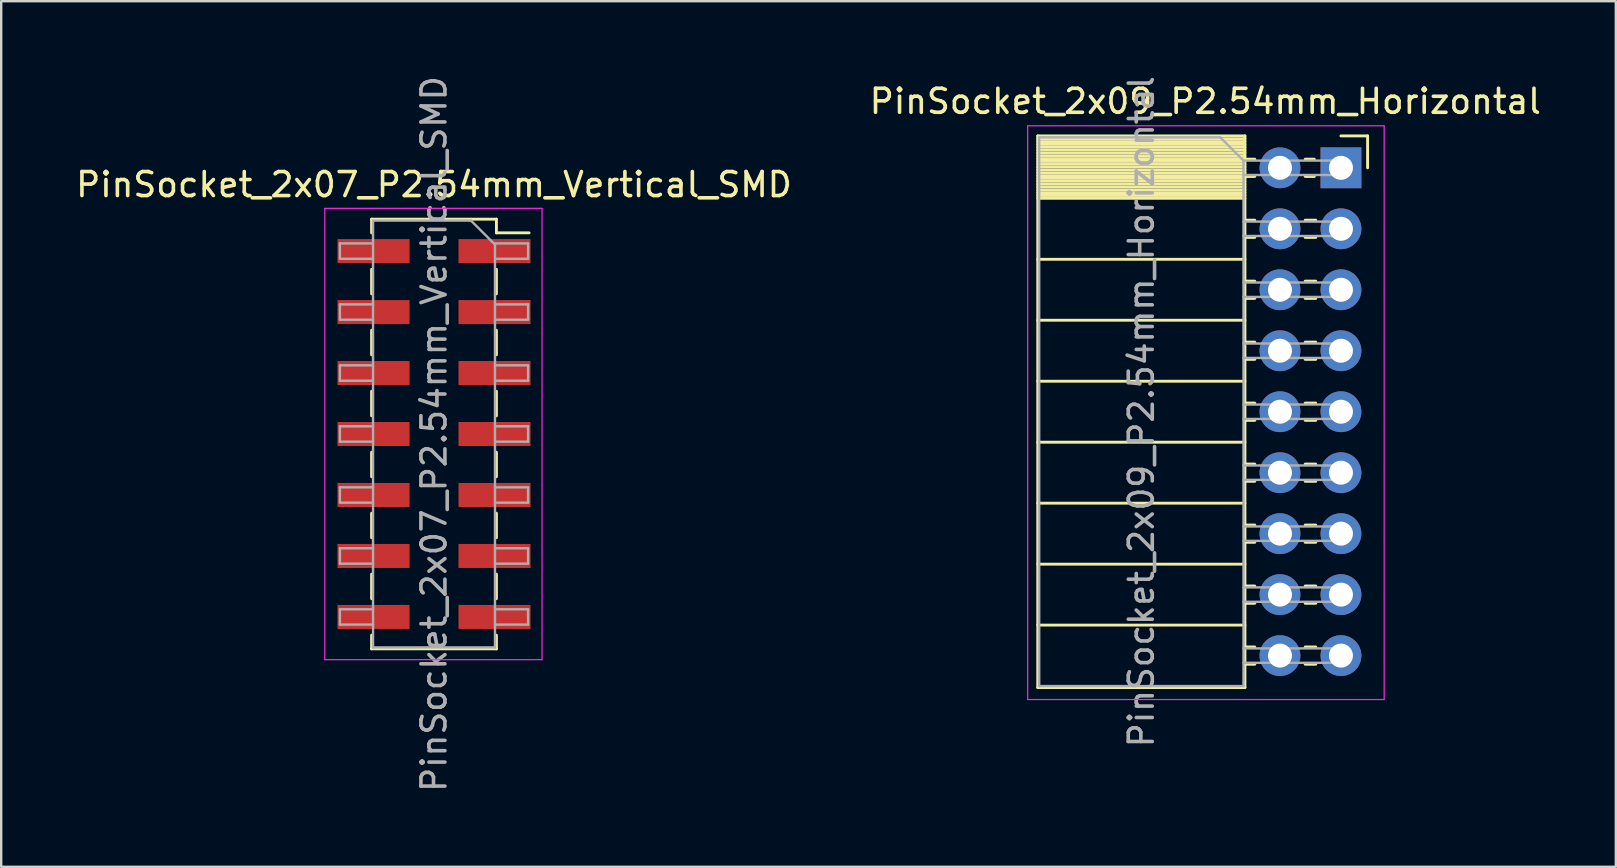
<source format=kicad_pcb>
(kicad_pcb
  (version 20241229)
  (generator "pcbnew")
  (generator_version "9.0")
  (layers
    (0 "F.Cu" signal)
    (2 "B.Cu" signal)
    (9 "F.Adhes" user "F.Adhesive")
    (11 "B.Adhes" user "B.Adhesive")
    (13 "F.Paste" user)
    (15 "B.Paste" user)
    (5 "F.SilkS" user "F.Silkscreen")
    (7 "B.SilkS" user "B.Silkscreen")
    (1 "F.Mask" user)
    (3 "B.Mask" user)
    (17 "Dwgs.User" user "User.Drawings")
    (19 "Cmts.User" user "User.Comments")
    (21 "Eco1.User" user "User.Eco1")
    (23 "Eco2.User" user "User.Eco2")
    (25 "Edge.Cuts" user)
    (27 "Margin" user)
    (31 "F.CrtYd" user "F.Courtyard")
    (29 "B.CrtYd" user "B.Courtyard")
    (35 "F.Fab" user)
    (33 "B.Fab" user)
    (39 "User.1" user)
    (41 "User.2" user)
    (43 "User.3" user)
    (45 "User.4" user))
  (footprint "PinSocket_2x07_P2.54mm_Vertical_SMD"
    (layer "F.Cu")
    (at 15.03 15.03)
    (property "Reference" "PinSocket_2x07_P2.54mm_Vertical_SMD" (at 0 -10.39 0) (layer "F.SilkS") (effects (font (size 1 1) (thickness 0.15))))
    (attr smd)
    (fp_line (start -2.6 -8.95) (end -2.6 -8.38) (stroke (width 0.12) (type solid)) (layer "F.SilkS"))
    (fp_line (start -2.6 -8.95) (end 2.6 -8.95) (stroke (width 0.12) (type solid)) (layer "F.SilkS"))
    (fp_line (start -2.6 -6.86) (end -2.6 -5.84) (stroke (width 0.12) (type solid)) (layer "F.SilkS"))
    (fp_line (start -2.6 -4.32) (end -2.6 -3.3) (stroke (width 0.12) (type solid)) (layer "F.SilkS"))
    (fp_line (start -2.6 -1.78) (end -2.6 -0.76) (stroke (width 0.12) (type solid)) (layer "F.SilkS"))
    (fp_line (start -2.6 0.76) (end -2.6 1.78) (stroke (width 0.12) (type solid)) (layer "F.SilkS"))
    (fp_line (start -2.6 3.3) (end -2.6 4.32) (stroke (width 0.12) (type solid)) (layer "F.SilkS"))
    (fp_line (start -2.6 5.84) (end -2.6 6.86) (stroke (width 0.12) (type solid)) (layer "F.SilkS"))
    (fp_line (start -2.6 8.38) (end -2.6 8.95) (stroke (width 0.12) (type solid)) (layer "F.SilkS"))
    (fp_line (start -2.6 8.95) (end 2.6 8.95) (stroke (width 0.12) (type solid)) (layer "F.SilkS"))
    (fp_line (start 2.6 -8.95) (end 2.6 -8.38) (stroke (width 0.12) (type solid)) (layer "F.SilkS"))
    (fp_line (start 2.6 -8.38) (end 3.96 -8.38) (stroke (width 0.12) (type solid)) (layer "F.SilkS"))
    (fp_line (start 2.6 -6.86) (end 2.6 -5.84) (stroke (width 0.12) (type solid)) (layer "F.SilkS"))
    (fp_line (start 2.6 -4.32) (end 2.6 -3.3) (stroke (width 0.12) (type solid)) (layer "F.SilkS"))
    (fp_line (start 2.6 -1.78) (end 2.6 -0.76) (stroke (width 0.12) (type solid)) (layer "F.SilkS"))
    (fp_line (start 2.6 0.76) (end 2.6 1.78) (stroke (width 0.12) (type solid)) (layer "F.SilkS"))
    (fp_line (start 2.6 3.3) (end 2.6 4.32) (stroke (width 0.12) (type solid)) (layer "F.SilkS"))
    (fp_line (start 2.6 5.84) (end 2.6 6.86) (stroke (width 0.12) (type solid)) (layer "F.SilkS"))
    (fp_line (start 2.6 8.38) (end 2.6 8.95) (stroke (width 0.12) (type solid)) (layer "F.SilkS"))
    (fp_line (start -4.55 -9.4) (end 4.5 -9.4) (stroke (width 0.05) (type solid)) (layer "F.CrtYd"))
    (fp_line (start -4.55 9.4) (end -4.55 -9.4) (stroke (width 0.05) (type solid)) (layer "F.CrtYd"))
    (fp_line (start 4.5 -9.4) (end 4.5 9.4) (stroke (width 0.05) (type solid)) (layer "F.CrtYd"))
    (fp_line (start 4.5 9.4) (end -4.55 9.4) (stroke (width 0.05) (type solid)) (layer "F.CrtYd"))
    (fp_line (start -3.92 -7.94) (end -2.54 -7.94) (stroke (width 0.1) (type solid)) (layer "F.Fab"))
    (fp_line (start -3.92 -7.3) (end -3.92 -7.94) (stroke (width 0.1) (type solid)) (layer "F.Fab"))
    (fp_line (start -3.92 -5.4) (end -2.54 -5.4) (stroke (width 0.1) (type solid)) (layer "F.Fab"))
    (fp_line (start -3.92 -4.76) (end -3.92 -5.4) (stroke (width 0.1) (type solid)) (layer "F.Fab"))
    (fp_line (start -3.92 -2.86) (end -2.54 -2.86) (stroke (width 0.1) (type solid)) (layer "F.Fab"))
    (fp_line (start -3.92 -2.22) (end -3.92 -2.86) (stroke (width 0.1) (type solid)) (layer "F.Fab"))
    (fp_line (start -3.92 -0.32) (end -2.54 -0.32) (stroke (width 0.1) (type solid)) (layer "F.Fab"))
    (fp_line (start -3.92 0.32) (end -3.92 -0.32) (stroke (width 0.1) (type solid)) (layer "F.Fab"))
    (fp_line (start -3.92 2.22) (end -2.54 2.22) (stroke (width 0.1) (type solid)) (layer "F.Fab"))
    (fp_line (start -3.92 2.86) (end -3.92 2.22) (stroke (width 0.1) (type solid)) (layer "F.Fab"))
    (fp_line (start -3.92 4.76) (end -2.54 4.76) (stroke (width 0.1) (type solid)) (layer "F.Fab"))
    (fp_line (start -3.92 5.4) (end -3.92 4.76) (stroke (width 0.1) (type solid)) (layer "F.Fab"))
    (fp_line (start -3.92 7.3) (end -2.54 7.3) (stroke (width 0.1) (type solid)) (layer "F.Fab"))
    (fp_line (start -3.92 7.94) (end -3.92 7.3) (stroke (width 0.1) (type solid)) (layer "F.Fab"))
    (fp_line (start -2.54 -8.89) (end 1.54 -8.89) (stroke (width 0.1) (type solid)) (layer "F.Fab"))
    (fp_line (start -2.54 -7.3) (end -3.92 -7.3) (stroke (width 0.1) (type solid)) (layer "F.Fab"))
    (fp_line (start -2.54 -4.76) (end -3.92 -4.76) (stroke (width 0.1) (type solid)) (layer "F.Fab"))
    (fp_line (start -2.54 -2.22) (end -3.92 -2.22) (stroke (width 0.1) (type solid)) (layer "F.Fab"))
    (fp_line (start -2.54 0.32) (end -3.92 0.32) (stroke (width 0.1) (type solid)) (layer "F.Fab"))
    (fp_line (start -2.54 2.86) (end -3.92 2.86) (stroke (width 0.1) (type solid)) (layer "F.Fab"))
    (fp_line (start -2.54 5.4) (end -3.92 5.4) (stroke (width 0.1) (type solid)) (layer "F.Fab"))
    (fp_line (start -2.54 7.94) (end -3.92 7.94) (stroke (width 0.1) (type solid)) (layer "F.Fab"))
    (fp_line (start -2.54 8.89) (end -2.54 -8.89) (stroke (width 0.1) (type solid)) (layer "F.Fab"))
    (fp_line (start 1.54 -8.89) (end 2.54 -7.89) (stroke (width 0.1) (type solid)) (layer "F.Fab"))
    (fp_line (start 2.54 -7.94) (end 3.92 -7.94) (stroke (width 0.1) (type solid)) (layer "F.Fab"))
    (fp_line (start 2.54 -7.89) (end 2.54 8.89) (stroke (width 0.1) (type solid)) (layer "F.Fab"))
    (fp_line (start 2.54 -5.4) (end 3.92 -5.4) (stroke (width 0.1) (type solid)) (layer "F.Fab"))
    (fp_line (start 2.54 -2.86) (end 3.92 -2.86) (stroke (width 0.1) (type solid)) (layer "F.Fab"))
    (fp_line (start 2.54 -0.32) (end 3.92 -0.32) (stroke (width 0.1) (type solid)) (layer "F.Fab"))
    (fp_line (start 2.54 2.22) (end 3.92 2.22) (stroke (width 0.1) (type solid)) (layer "F.Fab"))
    (fp_line (start 2.54 4.76) (end 3.92 4.76) (stroke (width 0.1) (type solid)) (layer "F.Fab"))
    (fp_line (start 2.54 7.3) (end 3.92 7.3) (stroke (width 0.1) (type solid)) (layer "F.Fab"))
    (fp_line (start 2.54 8.89) (end -2.54 8.89) (stroke (width 0.1) (type solid)) (layer "F.Fab"))
    (fp_line (start 3.92 -7.94) (end 3.92 -7.3) (stroke (width 0.1) (type solid)) (layer "F.Fab"))
    (fp_line (start 3.92 -7.3) (end 2.54 -7.3) (stroke (width 0.1) (type solid)) (layer "F.Fab"))
    (fp_line (start 3.92 -5.4) (end 3.92 -4.76) (stroke (width 0.1) (type solid)) (layer "F.Fab"))
    (fp_line (start 3.92 -4.76) (end 2.54 -4.76) (stroke (width 0.1) (type solid)) (layer "F.Fab"))
    (fp_line (start 3.92 -2.86) (end 3.92 -2.22) (stroke (width 0.1) (type solid)) (layer "F.Fab"))
    (fp_line (start 3.92 -2.22) (end 2.54 -2.22) (stroke (width 0.1) (type solid)) (layer "F.Fab"))
    (fp_line (start 3.92 -0.32) (end 3.92 0.32) (stroke (width 0.1) (type solid)) (layer "F.Fab"))
    (fp_line (start 3.92 0.32) (end 2.54 0.32) (stroke (width 0.1) (type solid)) (layer "F.Fab"))
    (fp_line (start 3.92 2.22) (end 3.92 2.86) (stroke (width 0.1) (type solid)) (layer "F.Fab"))
    (fp_line (start 3.92 2.86) (end 2.54 2.86) (stroke (width 0.1) (type solid)) (layer "F.Fab"))
    (fp_line (start 3.92 4.76) (end 3.92 5.4) (stroke (width 0.1) (type solid)) (layer "F.Fab"))
    (fp_line (start 3.92 5.4) (end 2.54 5.4) (stroke (width 0.1) (type solid)) (layer "F.Fab"))
    (fp_line (start 3.92 7.3) (end 3.92 7.94) (stroke (width 0.1) (type solid)) (layer "F.Fab"))
    (fp_line (start 3.92 7.94) (end 2.54 7.94) (stroke (width 0.1) (type solid)) (layer "F.Fab"))
    (fp_text user "${REFERENCE}" (at 0 0 90) (layer "F.Fab") (effects (font (size 1 1) (thickness 0.15))))
    (pad "1" smd rect (at 2.52 -7.62) (size 3 1) (layers "F.Cu" "F.Mask" "F.Paste"))
    (pad "2" smd rect (at -2.52 -7.62) (size 3 1) (layers "F.Cu" "F.Mask" "F.Paste"))
    (pad "3" smd rect (at 2.52 -5.08) (size 3 1) (layers "F.Cu" "F.Mask" "F.Paste"))
    (pad "4" smd rect (at -2.52 -5.08) (size 3 1) (layers "F.Cu" "F.Mask" "F.Paste"))
    (pad "5" smd rect (at 2.52 -2.54) (size 3 1) (layers "F.Cu" "F.Mask" "F.Paste"))
    (pad "6" smd rect (at -2.52 -2.54) (size 3 1) (layers "F.Cu" "F.Mask" "F.Paste"))
    (pad "7" smd rect (at 2.52 0) (size 3 1) (layers "F.Cu" "F.Mask" "F.Paste"))
    (pad "8" smd rect (at -2.52 0) (size 3 1) (layers "F.Cu" "F.Mask" "F.Paste"))
    (pad "9" smd rect (at 2.52 2.54) (size 3 1) (layers "F.Cu" "F.Mask" "F.Paste"))
    (pad "10" smd rect (at -2.52 2.54) (size 3 1) (layers "F.Cu" "F.Mask" "F.Paste"))
    (pad "11" smd rect (at 2.52 5.08) (size 3 1) (layers "F.Cu" "F.Mask" "F.Paste"))
    (pad "12" smd rect (at -2.52 5.08) (size 3 1) (layers "F.Cu" "F.Mask" "F.Paste"))
    (pad "13" smd rect (at 2.52 7.62) (size 3 1) (layers "F.Cu" "F.Mask" "F.Paste"))
    (pad "14" smd rect (at -2.52 7.62) (size 3 1) (layers "F.Cu" "F.Mask" "F.Paste")))
  (footprint "PinSocket_2x09_P2.54mm_Horizontal"
    (layer "F.Cu")
    (at 52.811 3.941)
    (property "Reference" "PinSocket_2x09_P2.54mm_Horizontal" (at -5.65 -2.77 0) (layer "F.SilkS") (effects (font (size 1 1) (thickness 0.15))))
    (attr through_hole)
    (fp_line (start -12.63 -1.33) (end -12.63 21.65) (stroke (width 0.12) (type solid)) (layer "F.SilkS"))
    (fp_line (start -12.63 -1.33) (end -4 -1.33) (stroke (width 0.12) (type solid)) (layer "F.SilkS"))
    (fp_line (start -12.63 -1.21) (end -4 -1.21) (stroke (width 0.12) (type solid)) (layer "F.SilkS"))
    (fp_line (start -12.63 -1.092) (end -4 -1.092) (stroke (width 0.12) (type solid)) (layer "F.SilkS"))
    (fp_line (start -12.63 -0.974) (end -4 -0.974) (stroke (width 0.12) (type solid)) (layer "F.SilkS"))
    (fp_line (start -12.63 -0.856) (end -4 -0.856) (stroke (width 0.12) (type solid)) (layer "F.SilkS"))
    (fp_line (start -12.63 -0.738) (end -4 -0.738) (stroke (width 0.12) (type solid)) (layer "F.SilkS"))
    (fp_line (start -12.63 -0.62) (end -4 -0.62) (stroke (width 0.12) (type solid)) (layer "F.SilkS"))
    (fp_line (start -12.63 -0.501) (end -4 -0.501) (stroke (width 0.12) (type solid)) (layer "F.SilkS"))
    (fp_line (start -12.63 -0.383) (end -4 -0.383) (stroke (width 0.12) (type solid)) (layer "F.SilkS"))
    (fp_line (start -12.63 -0.265) (end -4 -0.265) (stroke (width 0.12) (type solid)) (layer "F.SilkS"))
    (fp_line (start -12.63 -0.147) (end -4 -0.147) (stroke (width 0.12) (type solid)) (layer "F.SilkS"))
    (fp_line (start -12.63 -0.029) (end -4 -0.029) (stroke (width 0.12) (type solid)) (layer "F.SilkS"))
    (fp_line (start -12.63 0.089) (end -4 0.089) (stroke (width 0.12) (type solid)) (layer "F.SilkS"))
    (fp_line (start -12.63 0.207) (end -4 0.207) (stroke (width 0.12) (type solid)) (layer "F.SilkS"))
    (fp_line (start -12.63 0.325) (end -4 0.325) (stroke (width 0.12) (type solid)) (layer "F.SilkS"))
    (fp_line (start -12.63 0.443) (end -4 0.443) (stroke (width 0.12) (type solid)) (layer "F.SilkS"))
    (fp_line (start -12.63 0.561) (end -4 0.561) (stroke (width 0.12) (type solid)) (layer "F.SilkS"))
    (fp_line (start -12.63 0.68) (end -4 0.68) (stroke (width 0.12) (type solid)) (layer "F.SilkS"))
    (fp_line (start -12.63 0.798) (end -4 0.798) (stroke (width 0.12) (type solid)) (layer "F.SilkS"))
    (fp_line (start -12.63 0.916) (end -4 0.916) (stroke (width 0.12) (type solid)) (layer "F.SilkS"))
    (fp_line (start -12.63 1.034) (end -4 1.034) (stroke (width 0.12) (type solid)) (layer "F.SilkS"))
    (fp_line (start -12.63 1.152) (end -4 1.152) (stroke (width 0.12) (type solid)) (layer "F.SilkS"))
    (fp_line (start -12.63 1.27) (end -4 1.27) (stroke (width 0.12) (type solid)) (layer "F.SilkS"))
    (fp_line (start -12.63 3.81) (end -4 3.81) (stroke (width 0.12) (type solid)) (layer "F.SilkS"))
    (fp_line (start -12.63 6.35) (end -4 6.35) (stroke (width 0.12) (type solid)) (layer "F.SilkS"))
    (fp_line (start -12.63 8.89) (end -4 8.89) (stroke (width 0.12) (type solid)) (layer "F.SilkS"))
    (fp_line (start -12.63 11.43) (end -4 11.43) (stroke (width 0.12) (type solid)) (layer "F.SilkS"))
    (fp_line (start -12.63 13.97) (end -4 13.97) (stroke (width 0.12) (type solid)) (layer "F.SilkS"))
    (fp_line (start -12.63 16.51) (end -4 16.51) (stroke (width 0.12) (type solid)) (layer "F.SilkS"))
    (fp_line (start -12.63 19.05) (end -4 19.05) (stroke (width 0.12) (type solid)) (layer "F.SilkS"))
    (fp_line (start -12.63 21.65) (end -4 21.65) (stroke (width 0.12) (type solid)) (layer "F.SilkS"))
    (fp_line (start -4 -1.33) (end -4 21.65) (stroke (width 0.12) (type solid)) (layer "F.SilkS"))
    (fp_line (start -4 -0.36) (end -3.59 -0.36) (stroke (width 0.12) (type solid)) (layer "F.SilkS"))
    (fp_line (start -4 0.36) (end -3.59 0.36) (stroke (width 0.12) (type solid)) (layer "F.SilkS"))
    (fp_line (start -4 2.18) (end -3.59 2.18) (stroke (width 0.12) (type solid)) (layer "F.SilkS"))
    (fp_line (start -4 2.9) (end -3.59 2.9) (stroke (width 0.12) (type solid)) (layer "F.SilkS"))
    (fp_line (start -4 4.72) (end -3.59 4.72) (stroke (width 0.12) (type solid)) (layer "F.SilkS"))
    (fp_line (start -4 5.44) (end -3.59 5.44) (stroke (width 0.12) (type solid)) (layer "F.SilkS"))
    (fp_line (start -4 7.26) (end -3.59 7.26) (stroke (width 0.12) (type solid)) (layer "F.SilkS"))
    (fp_line (start -4 7.98) (end -3.59 7.98) (stroke (width 0.12) (type solid)) (layer "F.SilkS"))
    (fp_line (start -4 9.8) (end -3.59 9.8) (stroke (width 0.12) (type solid)) (layer "F.SilkS"))
    (fp_line (start -4 10.52) (end -3.59 10.52) (stroke (width 0.12) (type solid)) (layer "F.SilkS"))
    (fp_line (start -4 12.34) (end -3.59 12.34) (stroke (width 0.12) (type solid)) (layer "F.SilkS"))
    (fp_line (start -4 13.06) (end -3.59 13.06) (stroke (width 0.12) (type solid)) (layer "F.SilkS"))
    (fp_line (start -4 14.88) (end -3.59 14.88) (stroke (width 0.12) (type solid)) (layer "F.SilkS"))
    (fp_line (start -4 15.6) (end -3.59 15.6) (stroke (width 0.12) (type solid)) (layer "F.SilkS"))
    (fp_line (start -4 17.42) (end -3.59 17.42) (stroke (width 0.12) (type solid)) (layer "F.SilkS"))
    (fp_line (start -4 18.14) (end -3.59 18.14) (stroke (width 0.12) (type solid)) (layer "F.SilkS"))
    (fp_line (start -4 19.96) (end -3.59 19.96) (stroke (width 0.12) (type solid)) (layer "F.SilkS"))
    (fp_line (start -4 20.68) (end -3.59 20.68) (stroke (width 0.12) (type solid)) (layer "F.SilkS"))
    (fp_line (start -1.49 -0.36) (end -1.11 -0.36) (stroke (width 0.12) (type solid)) (layer "F.SilkS"))
    (fp_line (start -1.49 0.36) (end -1.11 0.36) (stroke (width 0.12) (type solid)) (layer "F.SilkS"))
    (fp_line (start -1.49 2.18) (end -1.05 2.18) (stroke (width 0.12) (type solid)) (layer "F.SilkS"))
    (fp_line (start -1.49 2.9) (end -1.05 2.9) (stroke (width 0.12) (type solid)) (layer "F.SilkS"))
    (fp_line (start -1.49 4.72) (end -1.05 4.72) (stroke (width 0.12) (type solid)) (layer "F.SilkS"))
    (fp_line (start -1.49 5.44) (end -1.05 5.44) (stroke (width 0.12) (type solid)) (layer "F.SilkS"))
    (fp_line (start -1.49 7.26) (end -1.05 7.26) (stroke (width 0.12) (type solid)) (layer "F.SilkS"))
    (fp_line (start -1.49 7.98) (end -1.05 7.98) (stroke (width 0.12) (type solid)) (layer "F.SilkS"))
    (fp_line (start -1.49 9.8) (end -1.05 9.8) (stroke (width 0.12) (type solid)) (layer "F.SilkS"))
    (fp_line (start -1.49 10.52) (end -1.05 10.52) (stroke (width 0.12) (type solid)) (layer "F.SilkS"))
    (fp_line (start -1.49 12.34) (end -1.05 12.34) (stroke (width 0.12) (type solid)) (layer "F.SilkS"))
    (fp_line (start -1.49 13.06) (end -1.05 13.06) (stroke (width 0.12) (type solid)) (layer "F.SilkS"))
    (fp_line (start -1.49 14.88) (end -1.05 14.88) (stroke (width 0.12) (type solid)) (layer "F.SilkS"))
    (fp_line (start -1.49 15.6) (end -1.05 15.6) (stroke (width 0.12) (type solid)) (layer "F.SilkS"))
    (fp_line (start -1.49 17.42) (end -1.05 17.42) (stroke (width 0.12) (type solid)) (layer "F.SilkS"))
    (fp_line (start -1.49 18.14) (end -1.05 18.14) (stroke (width 0.12) (type solid)) (layer "F.SilkS"))
    (fp_line (start -1.49 19.96) (end -1.05 19.96) (stroke (width 0.12) (type solid)) (layer "F.SilkS"))
    (fp_line (start -1.49 20.68) (end -1.05 20.68) (stroke (width 0.12) (type solid)) (layer "F.SilkS"))
    (fp_line (start 0 -1.33) (end 1.11 -1.33) (stroke (width 0.12) (type solid)) (layer "F.SilkS"))
    (fp_line (start 1.11 -1.33) (end 1.11 0) (stroke (width 0.12) (type solid)) (layer "F.SilkS"))
    (fp_line (start -13.05 -1.75) (end -13.05 22.15) (stroke (width 0.05) (type solid)) (layer "F.CrtYd"))
    (fp_line (start -13.05 22.15) (end 1.8 22.15) (stroke (width 0.05) (type solid)) (layer "F.CrtYd"))
    (fp_line (start 1.8 -1.75) (end -13.05 -1.75) (stroke (width 0.05) (type solid)) (layer "F.CrtYd"))
    (fp_line (start 1.8 22.15) (end 1.8 -1.75) (stroke (width 0.05) (type solid)) (layer "F.CrtYd"))
    (fp_line (start -12.57 -1.27) (end -5.03 -1.27) (stroke (width 0.1) (type solid)) (layer "F.Fab"))
    (fp_line (start -12.57 21.59) (end -12.57 -1.27) (stroke (width 0.1) (type solid)) (layer "F.Fab"))
    (fp_line (start -5.03 -1.27) (end -4.06 -0.3) (stroke (width 0.1) (type solid)) (layer "F.Fab"))
    (fp_line (start -4.06 -0.3) (end -4.06 21.59) (stroke (width 0.1) (type solid)) (layer "F.Fab"))
    (fp_line (start -4.06 0.3) (end 0 0.3) (stroke (width 0.1) (type solid)) (layer "F.Fab"))
    (fp_line (start -4.06 2.84) (end 0 2.84) (stroke (width 0.1) (type solid)) (layer "F.Fab"))
    (fp_line (start -4.06 5.38) (end 0 5.38) (stroke (width 0.1) (type solid)) (layer "F.Fab"))
    (fp_line (start -4.06 7.92) (end 0 7.92) (stroke (width 0.1) (type solid)) (layer "F.Fab"))
    (fp_line (start -4.06 10.46) (end 0 10.46) (stroke (width 0.1) (type solid)) (layer "F.Fab"))
    (fp_line (start -4.06 13) (end 0 13) (stroke (width 0.1) (type solid)) (layer "F.Fab"))
    (fp_line (start -4.06 15.54) (end 0 15.54) (stroke (width 0.1) (type solid)) (layer "F.Fab"))
    (fp_line (start -4.06 18.08) (end 0 18.08) (stroke (width 0.1) (type solid)) (layer "F.Fab"))
    (fp_line (start -4.06 20.62) (end 0 20.62) (stroke (width 0.1) (type solid)) (layer "F.Fab"))
    (fp_line (start -4.06 21.59) (end -12.57 21.59) (stroke (width 0.1) (type solid)) (layer "F.Fab"))
    (fp_line (start 0 -0.3) (end -4.06 -0.3) (stroke (width 0.1) (type solid)) (layer "F.Fab"))
    (fp_line (start 0 0.3) (end 0 -0.3) (stroke (width 0.1) (type solid)) (layer "F.Fab"))
    (fp_line (start 0 2.24) (end -4.06 2.24) (stroke (width 0.1) (type solid)) (layer "F.Fab"))
    (fp_line (start 0 2.84) (end 0 2.24) (stroke (width 0.1) (type solid)) (layer "F.Fab"))
    (fp_line (start 0 4.78) (end -4.06 4.78) (stroke (width 0.1) (type solid)) (layer "F.Fab"))
    (fp_line (start 0 5.38) (end 0 4.78) (stroke (width 0.1) (type solid)) (layer "F.Fab"))
    (fp_line (start 0 7.32) (end -4.06 7.32) (stroke (width 0.1) (type solid)) (layer "F.Fab"))
    (fp_line (start 0 7.92) (end 0 7.32) (stroke (width 0.1) (type solid)) (layer "F.Fab"))
    (fp_line (start 0 9.86) (end -4.06 9.86) (stroke (width 0.1) (type solid)) (layer "F.Fab"))
    (fp_line (start 0 10.46) (end 0 9.86) (stroke (width 0.1) (type solid)) (layer "F.Fab"))
    (fp_line (start 0 12.4) (end -4.06 12.4) (stroke (width 0.1) (type solid)) (layer "F.Fab"))
    (fp_line (start 0 13) (end 0 12.4) (stroke (width 0.1) (type solid)) (layer "F.Fab"))
    (fp_line (start 0 14.94) (end -4.06 14.94) (stroke (width 0.1) (type solid)) (layer "F.Fab"))
    (fp_line (start 0 15.54) (end 0 14.94) (stroke (width 0.1) (type solid)) (layer "F.Fab"))
    (fp_line (start 0 17.48) (end -4.06 17.48) (stroke (width 0.1) (type solid)) (layer "F.Fab"))
    (fp_line (start 0 18.08) (end 0 17.48) (stroke (width 0.1) (type solid)) (layer "F.Fab"))
    (fp_line (start 0 20.02) (end -4.06 20.02) (stroke (width 0.1) (type solid)) (layer "F.Fab"))
    (fp_line (start 0 20.62) (end 0 20.02) (stroke (width 0.1) (type solid)) (layer "F.Fab"))
    (fp_text user "${REFERENCE}" (at -8.315 10.16 90) (layer "F.Fab") (effects (font (size 1 1) (thickness 0.15))))
    (pad "1" thru_hole rect (at 0 0) (size 1.7 1.7) (drill 1) (layers "*.Cu" "*.Mask"))
    (pad "2" thru_hole oval (at -2.54 0) (size 1.7 1.7) (drill 1) (layers "*.Cu" "*.Mask"))
    (pad "3" thru_hole oval (at 0 2.54) (size 1.7 1.7) (drill 1) (layers "*.Cu" "*.Mask"))
    (pad "4" thru_hole oval (at -2.54 2.54) (size 1.7 1.7) (drill 1) (layers "*.Cu" "*.Mask"))
    (pad "5" thru_hole oval (at 0 5.08) (size 1.7 1.7) (drill 1) (layers "*.Cu" "*.Mask"))
    (pad "6" thru_hole oval (at -2.54 5.08) (size 1.7 1.7) (drill 1) (layers "*.Cu" "*.Mask"))
    (pad "7" thru_hole oval (at 0 7.62) (size 1.7 1.7) (drill 1) (layers "*.Cu" "*.Mask"))
    (pad "8" thru_hole oval (at -2.54 7.62) (size 1.7 1.7) (drill 1) (layers "*.Cu" "*.Mask"))
    (pad "9" thru_hole oval (at 0 10.16) (size 1.7 1.7) (drill 1) (layers "*.Cu" "*.Mask"))
    (pad "10" thru_hole oval (at -2.54 10.16) (size 1.7 1.7) (drill 1) (layers "*.Cu" "*.Mask"))
    (pad "11" thru_hole oval (at 0 12.7) (size 1.7 1.7) (drill 1) (layers "*.Cu" "*.Mask"))
    (pad "12" thru_hole oval (at -2.54 12.7) (size 1.7 1.7) (drill 1) (layers "*.Cu" "*.Mask"))
    (pad "13" thru_hole oval (at 0 15.24) (size 1.7 1.7) (drill 1) (layers "*.Cu" "*.Mask"))
    (pad "14" thru_hole oval (at -2.54 15.24) (size 1.7 1.7) (drill 1) (layers "*.Cu" "*.Mask"))
    (pad "15" thru_hole oval (at 0 17.78) (size 1.7 1.7) (drill 1) (layers "*.Cu" "*.Mask"))
    (pad "16" thru_hole oval (at -2.54 17.78) (size 1.7 1.7) (drill 1) (layers "*.Cu" "*.Mask"))
    (pad "17" thru_hole oval (at 0 20.32) (size 1.7 1.7) (drill 1) (layers "*.Cu" "*.Mask"))
    (pad "18" thru_hole oval (at -2.54 20.32) (size 1.7 1.7) (drill 1) (layers "*.Cu" "*.Mask")))
  (gr_rect
    (start -3 -3)
    (end 64.262 33.06)
    (stroke (width 0.1) (type default))
    (fill no)
    (layer "Edge.Cuts")))
</source>
